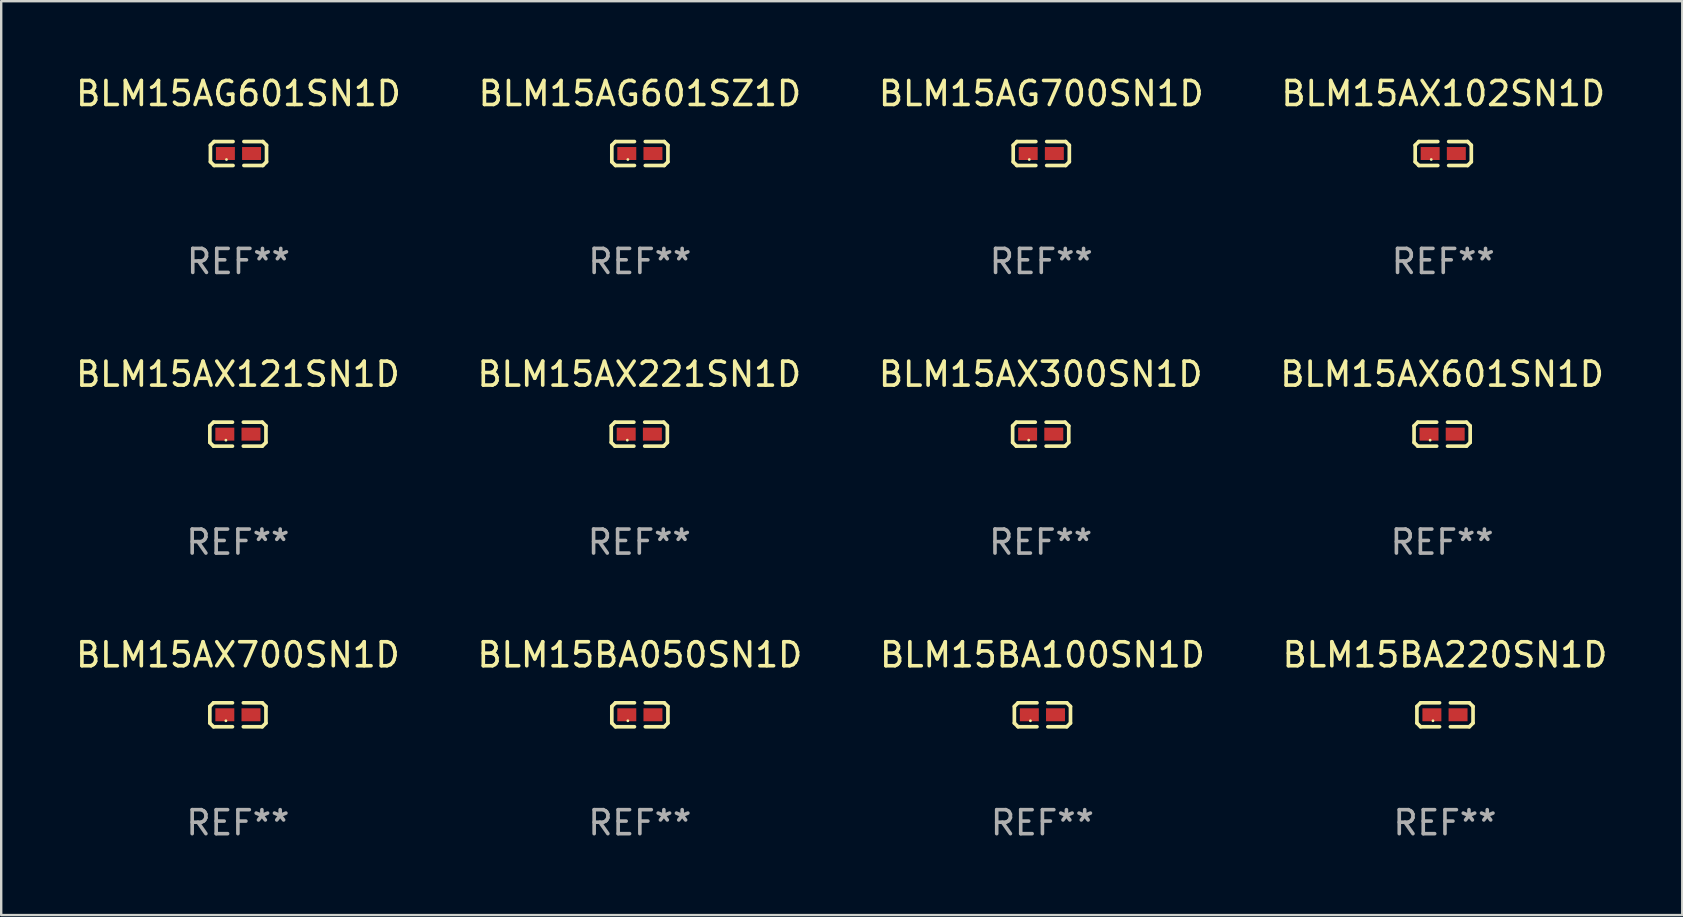
<source format=kicad_pcb>
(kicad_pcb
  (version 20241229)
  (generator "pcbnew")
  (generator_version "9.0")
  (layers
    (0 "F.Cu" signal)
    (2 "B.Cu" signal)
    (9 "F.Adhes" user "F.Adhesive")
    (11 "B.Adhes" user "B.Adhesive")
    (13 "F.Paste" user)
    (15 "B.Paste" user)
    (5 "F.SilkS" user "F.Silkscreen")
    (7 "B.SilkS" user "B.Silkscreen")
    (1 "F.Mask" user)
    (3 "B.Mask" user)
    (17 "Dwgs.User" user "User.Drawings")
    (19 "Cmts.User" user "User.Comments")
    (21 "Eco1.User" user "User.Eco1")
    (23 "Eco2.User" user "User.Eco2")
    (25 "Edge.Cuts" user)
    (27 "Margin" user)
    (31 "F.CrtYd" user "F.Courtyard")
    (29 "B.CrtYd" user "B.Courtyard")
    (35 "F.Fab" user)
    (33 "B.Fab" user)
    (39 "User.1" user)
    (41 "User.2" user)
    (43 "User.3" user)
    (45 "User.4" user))
  (footprint "BLM15BA050SN1D"
    (layer "F.Cu")
    (at 23.613 26.734)
    (property "Reference" "BLM15BA050SN1D" (at 0 -2.499 0) (layer "F.SilkS") (effects (font (size 1 1) (thickness 0.15))))
    (attr through_hole)
    (fp_line (start -1.169 -0.346) (end -1.016 -0.499) (stroke (width 0.152) (type solid)) (layer "F.SilkS"))
    (fp_line (start -1.169 0.346) (end -1.169 -0.346) (stroke (width 0.152) (type solid)) (layer "F.SilkS"))
    (fp_line (start -1.016 -0.499) (end -0.226 -0.499) (stroke (width 0.152) (type solid)) (layer "F.SilkS"))
    (fp_line (start -1.016 0.499) (end -1.169 0.346) (stroke (width 0.152) (type solid)) (layer "F.SilkS"))
    (fp_line (start -0.226 0.499) (end -1.016 0.499) (stroke (width 0.152) (type solid)) (layer "F.SilkS"))
    (fp_line (start 0.226 0.499) (end 1.016 0.499) (stroke (width 0.152) (type solid)) (layer "F.SilkS"))
    (fp_line (start 1.016 -0.499) (end 0.226 -0.499) (stroke (width 0.152) (type solid)) (layer "F.SilkS"))
    (fp_line (start 1.016 0.499) (end 1.169 0.346) (stroke (width 0.152) (type solid)) (layer "F.SilkS"))
    (fp_line (start 1.169 -0.346) (end 1.016 -0.499) (stroke (width 0.152) (type solid)) (layer "F.SilkS"))
    (fp_line (start 1.169 0.346) (end 1.169 -0.346) (stroke (width 0.152) (type solid)) (layer "F.SilkS"))
    (fp_circle (center -0.5 0.25) (end -0.47 0.25) (stroke (width 0.06) (type solid)) (fill no) (layer "F.SilkS"))
    (fp_text user "REF**" (at 0 4.499 0) (layer "F.Fab") (effects (font (size 1 1) (thickness 0.15))))
    (pad "1" smd rect (at -0.545 0) (size 0.79 0.54) (layers "F.Cu" "F.Mask" "F.Paste"))
    (pad "2" smd rect (at 0.545 0) (size 0.79 0.54) (layers "F.Cu" "F.Mask" "F.Paste")))
  (footprint "BLM15AX102SN1D"
    (layer "F.Cu")
    (at 57.089 3.347)
    (property "Reference" "BLM15AX102SN1D" (at 0 -2.499 0) (layer "F.SilkS") (effects (font (size 1 1) (thickness 0.15))))
    (attr through_hole)
    (fp_line (start -1.169 -0.346) (end -1.016 -0.499) (stroke (width 0.152) (type solid)) (layer "F.SilkS"))
    (fp_line (start -1.169 0.346) (end -1.169 -0.346) (stroke (width 0.152) (type solid)) (layer "F.SilkS"))
    (fp_line (start -1.016 -0.499) (end -0.226 -0.499) (stroke (width 0.152) (type solid)) (layer "F.SilkS"))
    (fp_line (start -1.016 0.499) (end -1.169 0.346) (stroke (width 0.152) (type solid)) (layer "F.SilkS"))
    (fp_line (start -0.226 0.499) (end -1.016 0.499) (stroke (width 0.152) (type solid)) (layer "F.SilkS"))
    (fp_line (start 0.226 0.499) (end 1.016 0.499) (stroke (width 0.152) (type solid)) (layer "F.SilkS"))
    (fp_line (start 1.016 -0.499) (end 0.226 -0.499) (stroke (width 0.152) (type solid)) (layer "F.SilkS"))
    (fp_line (start 1.016 0.499) (end 1.169 0.346) (stroke (width 0.152) (type solid)) (layer "F.SilkS"))
    (fp_line (start 1.169 -0.346) (end 1.016 -0.499) (stroke (width 0.152) (type solid)) (layer "F.SilkS"))
    (fp_line (start 1.169 0.346) (end 1.169 -0.346) (stroke (width 0.152) (type solid)) (layer "F.SilkS"))
    (fp_circle (center -0.5 0.25) (end -0.47 0.25) (stroke (width 0.06) (type solid)) (fill no) (layer "F.SilkS"))
    (fp_text user "REF**" (at 0 4.499 0) (layer "F.Fab") (effects (font (size 1 1) (thickness 0.15))))
    (pad "1" smd rect (at -0.545 0) (size 0.79 0.54) (layers "F.Cu" "F.Mask" "F.Paste"))
    (pad "2" smd rect (at 0.545 0) (size 0.79 0.54) (layers "F.Cu" "F.Mask" "F.Paste")))
  (footprint "BLM15AX221SN1D"
    (layer "F.Cu")
    (at 23.589 15.041)
    (property "Reference" "BLM15AX221SN1D" (at 0 -2.499 0) (layer "F.SilkS") (effects (font (size 1 1) (thickness 0.15))))
    (attr through_hole)
    (fp_line (start -1.169 -0.346) (end -1.016 -0.499) (stroke (width 0.152) (type solid)) (layer "F.SilkS"))
    (fp_line (start -1.169 0.346) (end -1.169 -0.346) (stroke (width 0.152) (type solid)) (layer "F.SilkS"))
    (fp_line (start -1.016 -0.499) (end -0.226 -0.499) (stroke (width 0.152) (type solid)) (layer "F.SilkS"))
    (fp_line (start -1.016 0.499) (end -1.169 0.346) (stroke (width 0.152) (type solid)) (layer "F.SilkS"))
    (fp_line (start -0.226 0.499) (end -1.016 0.499) (stroke (width 0.152) (type solid)) (layer "F.SilkS"))
    (fp_line (start 0.226 0.499) (end 1.016 0.499) (stroke (width 0.152) (type solid)) (layer "F.SilkS"))
    (fp_line (start 1.016 -0.499) (end 0.226 -0.499) (stroke (width 0.152) (type solid)) (layer "F.SilkS"))
    (fp_line (start 1.016 0.499) (end 1.169 0.346) (stroke (width 0.152) (type solid)) (layer "F.SilkS"))
    (fp_line (start 1.169 -0.346) (end 1.016 -0.499) (stroke (width 0.152) (type solid)) (layer "F.SilkS"))
    (fp_line (start 1.169 0.346) (end 1.169 -0.346) (stroke (width 0.152) (type solid)) (layer "F.SilkS"))
    (fp_circle (center -0.5 0.25) (end -0.47 0.25) (stroke (width 0.06) (type solid)) (fill no) (layer "F.SilkS"))
    (fp_text user "REF**" (at 0 4.499 0) (layer "F.Fab") (effects (font (size 1 1) (thickness 0.15))))
    (pad "1" smd rect (at -0.545 0) (size 0.79 0.54) (layers "F.Cu" "F.Mask" "F.Paste"))
    (pad "2" smd rect (at 0.545 0) (size 0.79 0.54) (layers "F.Cu" "F.Mask" "F.Paste")))
  (footprint "BLM15BA100SN1D"
    (layer "F.Cu")
    (at 40.387 26.734)
    (property "Reference" "BLM15BA100SN1D" (at 0 -2.499 0) (layer "F.SilkS") (effects (font (size 1 1) (thickness 0.15))))
    (attr through_hole)
    (fp_line (start -1.169 -0.346) (end -1.016 -0.499) (stroke (width 0.152) (type solid)) (layer "F.SilkS"))
    (fp_line (start -1.169 0.346) (end -1.169 -0.346) (stroke (width 0.152) (type solid)) (layer "F.SilkS"))
    (fp_line (start -1.016 -0.499) (end -0.226 -0.499) (stroke (width 0.152) (type solid)) (layer "F.SilkS"))
    (fp_line (start -1.016 0.499) (end -1.169 0.346) (stroke (width 0.152) (type solid)) (layer "F.SilkS"))
    (fp_line (start -0.226 0.499) (end -1.016 0.499) (stroke (width 0.152) (type solid)) (layer "F.SilkS"))
    (fp_line (start 0.226 0.499) (end 1.016 0.499) (stroke (width 0.152) (type solid)) (layer "F.SilkS"))
    (fp_line (start 1.016 -0.499) (end 0.226 -0.499) (stroke (width 0.152) (type solid)) (layer "F.SilkS"))
    (fp_line (start 1.016 0.499) (end 1.169 0.346) (stroke (width 0.152) (type solid)) (layer "F.SilkS"))
    (fp_line (start 1.169 -0.346) (end 1.016 -0.499) (stroke (width 0.152) (type solid)) (layer "F.SilkS"))
    (fp_line (start 1.169 0.346) (end 1.169 -0.346) (stroke (width 0.152) (type solid)) (layer "F.SilkS"))
    (fp_circle (center -0.5 0.25) (end -0.47 0.25) (stroke (width 0.06) (type solid)) (fill no) (layer "F.SilkS"))
    (fp_text user "REF**" (at 0 4.499 0) (layer "F.Fab") (effects (font (size 1 1) (thickness 0.15))))
    (pad "1" smd rect (at -0.545 0) (size 0.79 0.54) (layers "F.Cu" "F.Mask" "F.Paste"))
    (pad "2" smd rect (at 0.545 0) (size 0.79 0.54) (layers "F.Cu" "F.Mask" "F.Paste")))
  (footprint "BLM15AX300SN1D"
    (layer "F.Cu")
    (at 40.315 15.041)
    (property "Reference" "BLM15AX300SN1D" (at 0 -2.499 0) (layer "F.SilkS") (effects (font (size 1 1) (thickness 0.15))))
    (attr through_hole)
    (fp_line (start -1.169 -0.346) (end -1.016 -0.499) (stroke (width 0.152) (type solid)) (layer "F.SilkS"))
    (fp_line (start -1.169 0.346) (end -1.169 -0.346) (stroke (width 0.152) (type solid)) (layer "F.SilkS"))
    (fp_line (start -1.016 -0.499) (end -0.226 -0.499) (stroke (width 0.152) (type solid)) (layer "F.SilkS"))
    (fp_line (start -1.016 0.499) (end -1.169 0.346) (stroke (width 0.152) (type solid)) (layer "F.SilkS"))
    (fp_line (start -0.226 0.499) (end -1.016 0.499) (stroke (width 0.152) (type solid)) (layer "F.SilkS"))
    (fp_line (start 0.226 0.499) (end 1.016 0.499) (stroke (width 0.152) (type solid)) (layer "F.SilkS"))
    (fp_line (start 1.016 -0.499) (end 0.226 -0.499) (stroke (width 0.152) (type solid)) (layer "F.SilkS"))
    (fp_line (start 1.016 0.499) (end 1.169 0.346) (stroke (width 0.152) (type solid)) (layer "F.SilkS"))
    (fp_line (start 1.169 -0.346) (end 1.016 -0.499) (stroke (width 0.152) (type solid)) (layer "F.SilkS"))
    (fp_line (start 1.169 0.346) (end 1.169 -0.346) (stroke (width 0.152) (type solid)) (layer "F.SilkS"))
    (fp_circle (center -0.5 0.25) (end -0.47 0.25) (stroke (width 0.06) (type solid)) (fill no) (layer "F.SilkS"))
    (fp_text user "REF**" (at 0 4.499 0) (layer "F.Fab") (effects (font (size 1 1) (thickness 0.15))))
    (pad "1" smd rect (at -0.545 0) (size 0.79 0.54) (layers "F.Cu" "F.Mask" "F.Paste"))
    (pad "2" smd rect (at 0.545 0) (size 0.79 0.54) (layers "F.Cu" "F.Mask" "F.Paste")))
  (footprint "BLM15AG700SN1D"
    (layer "F.Cu")
    (at 40.339 3.347)
    (property "Reference" "BLM15AG700SN1D" (at 0 -2.499 0) (layer "F.SilkS") (effects (font (size 1 1) (thickness 0.15))))
    (attr through_hole)
    (fp_line (start -1.169 -0.346) (end -1.016 -0.499) (stroke (width 0.152) (type solid)) (layer "F.SilkS"))
    (fp_line (start -1.169 0.346) (end -1.169 -0.346) (stroke (width 0.152) (type solid)) (layer "F.SilkS"))
    (fp_line (start -1.016 -0.499) (end -0.226 -0.499) (stroke (width 0.152) (type solid)) (layer "F.SilkS"))
    (fp_line (start -1.016 0.499) (end -1.169 0.346) (stroke (width 0.152) (type solid)) (layer "F.SilkS"))
    (fp_line (start -0.226 0.499) (end -1.016 0.499) (stroke (width 0.152) (type solid)) (layer "F.SilkS"))
    (fp_line (start 0.226 0.499) (end 1.016 0.499) (stroke (width 0.152) (type solid)) (layer "F.SilkS"))
    (fp_line (start 1.016 -0.499) (end 0.226 -0.499) (stroke (width 0.152) (type solid)) (layer "F.SilkS"))
    (fp_line (start 1.016 0.499) (end 1.169 0.346) (stroke (width 0.152) (type solid)) (layer "F.SilkS"))
    (fp_line (start 1.169 -0.346) (end 1.016 -0.499) (stroke (width 0.152) (type solid)) (layer "F.SilkS"))
    (fp_line (start 1.169 0.346) (end 1.169 -0.346) (stroke (width 0.152) (type solid)) (layer "F.SilkS"))
    (fp_circle (center -0.5 0.25) (end -0.47 0.25) (stroke (width 0.06) (type solid)) (fill no) (layer "F.SilkS"))
    (fp_text user "REF**" (at 0 4.499 0) (layer "F.Fab") (effects (font (size 1 1) (thickness 0.15))))
    (pad "1" smd rect (at -0.545 0) (size 0.79 0.54) (layers "F.Cu" "F.Mask" "F.Paste"))
    (pad "2" smd rect (at 0.545 0) (size 0.79 0.54) (layers "F.Cu" "F.Mask" "F.Paste")))
  (footprint "BLM15BA220SN1D"
    (layer "F.Cu")
    (at 57.161 26.734)
    (property "Reference" "BLM15BA220SN1D" (at 0 -2.499 0) (layer "F.SilkS") (effects (font (size 1 1) (thickness 0.15))))
    (attr through_hole)
    (fp_line (start -1.169 -0.346) (end -1.016 -0.499) (stroke (width 0.152) (type solid)) (layer "F.SilkS"))
    (fp_line (start -1.169 0.346) (end -1.169 -0.346) (stroke (width 0.152) (type solid)) (layer "F.SilkS"))
    (fp_line (start -1.016 -0.499) (end -0.226 -0.499) (stroke (width 0.152) (type solid)) (layer "F.SilkS"))
    (fp_line (start -1.016 0.499) (end -1.169 0.346) (stroke (width 0.152) (type solid)) (layer "F.SilkS"))
    (fp_line (start -0.226 0.499) (end -1.016 0.499) (stroke (width 0.152) (type solid)) (layer "F.SilkS"))
    (fp_line (start 0.226 0.499) (end 1.016 0.499) (stroke (width 0.152) (type solid)) (layer "F.SilkS"))
    (fp_line (start 1.016 -0.499) (end 0.226 -0.499) (stroke (width 0.152) (type solid)) (layer "F.SilkS"))
    (fp_line (start 1.016 0.499) (end 1.169 0.346) (stroke (width 0.152) (type solid)) (layer "F.SilkS"))
    (fp_line (start 1.169 -0.346) (end 1.016 -0.499) (stroke (width 0.152) (type solid)) (layer "F.SilkS"))
    (fp_line (start 1.169 0.346) (end 1.169 -0.346) (stroke (width 0.152) (type solid)) (layer "F.SilkS"))
    (fp_circle (center -0.5 0.25) (end -0.47 0.25) (stroke (width 0.06) (type solid)) (fill no) (layer "F.SilkS"))
    (fp_text user "REF**" (at 0 4.499 0) (layer "F.Fab") (effects (font (size 1 1) (thickness 0.15))))
    (pad "1" smd rect (at -0.545 0) (size 0.79 0.54) (layers "F.Cu" "F.Mask" "F.Paste"))
    (pad "2" smd rect (at 0.545 0) (size 0.79 0.54) (layers "F.Cu" "F.Mask" "F.Paste")))
  (footprint "BLM15AX121SN1D"
    (layer "F.Cu")
    (at 6.863 15.041)
    (property "Reference" "BLM15AX121SN1D" (at 0 -2.499 0) (layer "F.SilkS") (effects (font (size 1 1) (thickness 0.15))))
    (attr through_hole)
    (fp_line (start -1.169 -0.346) (end -1.016 -0.499) (stroke (width 0.152) (type solid)) (layer "F.SilkS"))
    (fp_line (start -1.169 0.346) (end -1.169 -0.346) (stroke (width 0.152) (type solid)) (layer "F.SilkS"))
    (fp_line (start -1.016 -0.499) (end -0.226 -0.499) (stroke (width 0.152) (type solid)) (layer "F.SilkS"))
    (fp_line (start -1.016 0.499) (end -1.169 0.346) (stroke (width 0.152) (type solid)) (layer "F.SilkS"))
    (fp_line (start -0.226 0.499) (end -1.016 0.499) (stroke (width 0.152) (type solid)) (layer "F.SilkS"))
    (fp_line (start 0.226 0.499) (end 1.016 0.499) (stroke (width 0.152) (type solid)) (layer "F.SilkS"))
    (fp_line (start 1.016 -0.499) (end 0.226 -0.499) (stroke (width 0.152) (type solid)) (layer "F.SilkS"))
    (fp_line (start 1.016 0.499) (end 1.169 0.346) (stroke (width 0.152) (type solid)) (layer "F.SilkS"))
    (fp_line (start 1.169 -0.346) (end 1.016 -0.499) (stroke (width 0.152) (type solid)) (layer "F.SilkS"))
    (fp_line (start 1.169 0.346) (end 1.169 -0.346) (stroke (width 0.152) (type solid)) (layer "F.SilkS"))
    (fp_circle (center -0.5 0.25) (end -0.47 0.25) (stroke (width 0.06) (type solid)) (fill no) (layer "F.SilkS"))
    (fp_text user "REF**" (at 0 4.499 0) (layer "F.Fab") (effects (font (size 1 1) (thickness 0.15))))
    (pad "1" smd rect (at -0.545 0) (size 0.79 0.54) (layers "F.Cu" "F.Mask" "F.Paste"))
    (pad "2" smd rect (at 0.545 0) (size 0.79 0.54) (layers "F.Cu" "F.Mask" "F.Paste")))
  (footprint "BLM15AG601SN1D"
    (layer "F.Cu")
    (at 6.887 3.347)
    (property "Reference" "BLM15AG601SN1D" (at 0 -2.499 0) (layer "F.SilkS") (effects (font (size 1 1) (thickness 0.15))))
    (attr through_hole)
    (fp_line (start -1.169 -0.346) (end -1.016 -0.499) (stroke (width 0.152) (type solid)) (layer "F.SilkS"))
    (fp_line (start -1.169 0.346) (end -1.169 -0.346) (stroke (width 0.152) (type solid)) (layer "F.SilkS"))
    (fp_line (start -1.016 -0.499) (end -0.226 -0.499) (stroke (width 0.152) (type solid)) (layer "F.SilkS"))
    (fp_line (start -1.016 0.499) (end -1.169 0.346) (stroke (width 0.152) (type solid)) (layer "F.SilkS"))
    (fp_line (start -0.226 0.499) (end -1.016 0.499) (stroke (width 0.152) (type solid)) (layer "F.SilkS"))
    (fp_line (start 0.226 0.499) (end 1.016 0.499) (stroke (width 0.152) (type solid)) (layer "F.SilkS"))
    (fp_line (start 1.016 -0.499) (end 0.226 -0.499) (stroke (width 0.152) (type solid)) (layer "F.SilkS"))
    (fp_line (start 1.016 0.499) (end 1.169 0.346) (stroke (width 0.152) (type solid)) (layer "F.SilkS"))
    (fp_line (start 1.169 -0.346) (end 1.016 -0.499) (stroke (width 0.152) (type solid)) (layer "F.SilkS"))
    (fp_line (start 1.169 0.346) (end 1.169 -0.346) (stroke (width 0.152) (type solid)) (layer "F.SilkS"))
    (fp_circle (center -0.5 0.25) (end -0.47 0.25) (stroke (width 0.06) (type solid)) (fill no) (layer "F.SilkS"))
    (fp_text user "REF**" (at 0 4.499 0) (layer "F.Fab") (effects (font (size 1 1) (thickness 0.15))))
    (pad "1" smd rect (at -0.545 0) (size 0.79 0.54) (layers "F.Cu" "F.Mask" "F.Paste"))
    (pad "2" smd rect (at 0.545 0) (size 0.79 0.54) (layers "F.Cu" "F.Mask" "F.Paste")))
  (footprint "BLM15AX700SN1D"
    (layer "F.Cu")
    (at 6.863 26.734)
    (property "Reference" "BLM15AX700SN1D" (at 0 -2.499 0) (layer "F.SilkS") (effects (font (size 1 1) (thickness 0.15))))
    (attr through_hole)
    (fp_line (start -1.169 -0.346) (end -1.016 -0.499) (stroke (width 0.152) (type solid)) (layer "F.SilkS"))
    (fp_line (start -1.169 0.346) (end -1.169 -0.346) (stroke (width 0.152) (type solid)) (layer "F.SilkS"))
    (fp_line (start -1.016 -0.499) (end -0.226 -0.499) (stroke (width 0.152) (type solid)) (layer "F.SilkS"))
    (fp_line (start -1.016 0.499) (end -1.169 0.346) (stroke (width 0.152) (type solid)) (layer "F.SilkS"))
    (fp_line (start -0.226 0.499) (end -1.016 0.499) (stroke (width 0.152) (type solid)) (layer "F.SilkS"))
    (fp_line (start 0.226 0.499) (end 1.016 0.499) (stroke (width 0.152) (type solid)) (layer "F.SilkS"))
    (fp_line (start 1.016 -0.499) (end 0.226 -0.499) (stroke (width 0.152) (type solid)) (layer "F.SilkS"))
    (fp_line (start 1.016 0.499) (end 1.169 0.346) (stroke (width 0.152) (type solid)) (layer "F.SilkS"))
    (fp_line (start 1.169 -0.346) (end 1.016 -0.499) (stroke (width 0.152) (type solid)) (layer "F.SilkS"))
    (fp_line (start 1.169 0.346) (end 1.169 -0.346) (stroke (width 0.152) (type solid)) (layer "F.SilkS"))
    (fp_circle (center -0.5 0.25) (end -0.47 0.25) (stroke (width 0.06) (type solid)) (fill no) (layer "F.SilkS"))
    (fp_text user "REF**" (at 0 4.499 0) (layer "F.Fab") (effects (font (size 1 1) (thickness 0.15))))
    (pad "1" smd rect (at -0.545 0) (size 0.79 0.54) (layers "F.Cu" "F.Mask" "F.Paste"))
    (pad "2" smd rect (at 0.545 0) (size 0.79 0.54) (layers "F.Cu" "F.Mask" "F.Paste")))
  (footprint "BLM15AG601SZ1D"
    (layer "F.Cu")
    (at 23.613 3.347)
    (property "Reference" "BLM15AG601SZ1D" (at 0 -2.499 0) (layer "F.SilkS") (effects (font (size 1 1) (thickness 0.15))))
    (attr through_hole)
    (fp_line (start -1.169 -0.346) (end -1.016 -0.499) (stroke (width 0.152) (type solid)) (layer "F.SilkS"))
    (fp_line (start -1.169 0.346) (end -1.169 -0.346) (stroke (width 0.152) (type solid)) (layer "F.SilkS"))
    (fp_line (start -1.016 -0.499) (end -0.226 -0.499) (stroke (width 0.152) (type solid)) (layer "F.SilkS"))
    (fp_line (start -1.016 0.499) (end -1.169 0.346) (stroke (width 0.152) (type solid)) (layer "F.SilkS"))
    (fp_line (start -0.226 0.499) (end -1.016 0.499) (stroke (width 0.152) (type solid)) (layer "F.SilkS"))
    (fp_line (start 0.226 0.499) (end 1.016 0.499) (stroke (width 0.152) (type solid)) (layer "F.SilkS"))
    (fp_line (start 1.016 -0.499) (end 0.226 -0.499) (stroke (width 0.152) (type solid)) (layer "F.SilkS"))
    (fp_line (start 1.016 0.499) (end 1.169 0.346) (stroke (width 0.152) (type solid)) (layer "F.SilkS"))
    (fp_line (start 1.169 -0.346) (end 1.016 -0.499) (stroke (width 0.152) (type solid)) (layer "F.SilkS"))
    (fp_line (start 1.169 0.346) (end 1.169 -0.346) (stroke (width 0.152) (type solid)) (layer "F.SilkS"))
    (fp_circle (center -0.5 0.25) (end -0.47 0.25) (stroke (width 0.06) (type solid)) (fill no) (layer "F.SilkS"))
    (fp_text user "REF**" (at 0 4.499 0) (layer "F.Fab") (effects (font (size 1 1) (thickness 0.15))))
    (pad "1" smd rect (at -0.545 0) (size 0.79 0.54) (layers "F.Cu" "F.Mask" "F.Paste"))
    (pad "2" smd rect (at 0.545 0) (size 0.79 0.54) (layers "F.Cu" "F.Mask" "F.Paste")))
  (footprint "BLM15AX601SN1D"
    (layer "F.Cu")
    (at 57.042 15.041)
    (property "Reference" "BLM15AX601SN1D" (at 0 -2.499 0) (layer "F.SilkS") (effects (font (size 1 1) (thickness 0.15))))
    (attr through_hole)
    (fp_line (start -1.169 -0.346) (end -1.016 -0.499) (stroke (width 0.152) (type solid)) (layer "F.SilkS"))
    (fp_line (start -1.169 0.346) (end -1.169 -0.346) (stroke (width 0.152) (type solid)) (layer "F.SilkS"))
    (fp_line (start -1.016 -0.499) (end -0.226 -0.499) (stroke (width 0.152) (type solid)) (layer "F.SilkS"))
    (fp_line (start -1.016 0.499) (end -1.169 0.346) (stroke (width 0.152) (type solid)) (layer "F.SilkS"))
    (fp_line (start -0.226 0.499) (end -1.016 0.499) (stroke (width 0.152) (type solid)) (layer "F.SilkS"))
    (fp_line (start 0.226 0.499) (end 1.016 0.499) (stroke (width 0.152) (type solid)) (layer "F.SilkS"))
    (fp_line (start 1.016 -0.499) (end 0.226 -0.499) (stroke (width 0.152) (type solid)) (layer "F.SilkS"))
    (fp_line (start 1.016 0.499) (end 1.169 0.346) (stroke (width 0.152) (type solid)) (layer "F.SilkS"))
    (fp_line (start 1.169 -0.346) (end 1.016 -0.499) (stroke (width 0.152) (type solid)) (layer "F.SilkS"))
    (fp_line (start 1.169 0.346) (end 1.169 -0.346) (stroke (width 0.152) (type solid)) (layer "F.SilkS"))
    (fp_circle (center -0.5 0.25) (end -0.47 0.25) (stroke (width 0.06) (type solid)) (fill no) (layer "F.SilkS"))
    (fp_text user "REF**" (at 0 4.499 0) (layer "F.Fab") (effects (font (size 1 1) (thickness 0.15))))
    (pad "1" smd rect (at -0.545 0) (size 0.79 0.54) (layers "F.Cu" "F.Mask" "F.Paste"))
    (pad "2" smd rect (at 0.545 0) (size 0.79 0.54) (layers "F.Cu" "F.Mask" "F.Paste")))
  (gr_rect
    (start -3 -3)
    (end 67.048 35.081)
    (stroke (width 0.1) (type default))
    (fill no)
    (layer "Edge.Cuts")))
</source>
